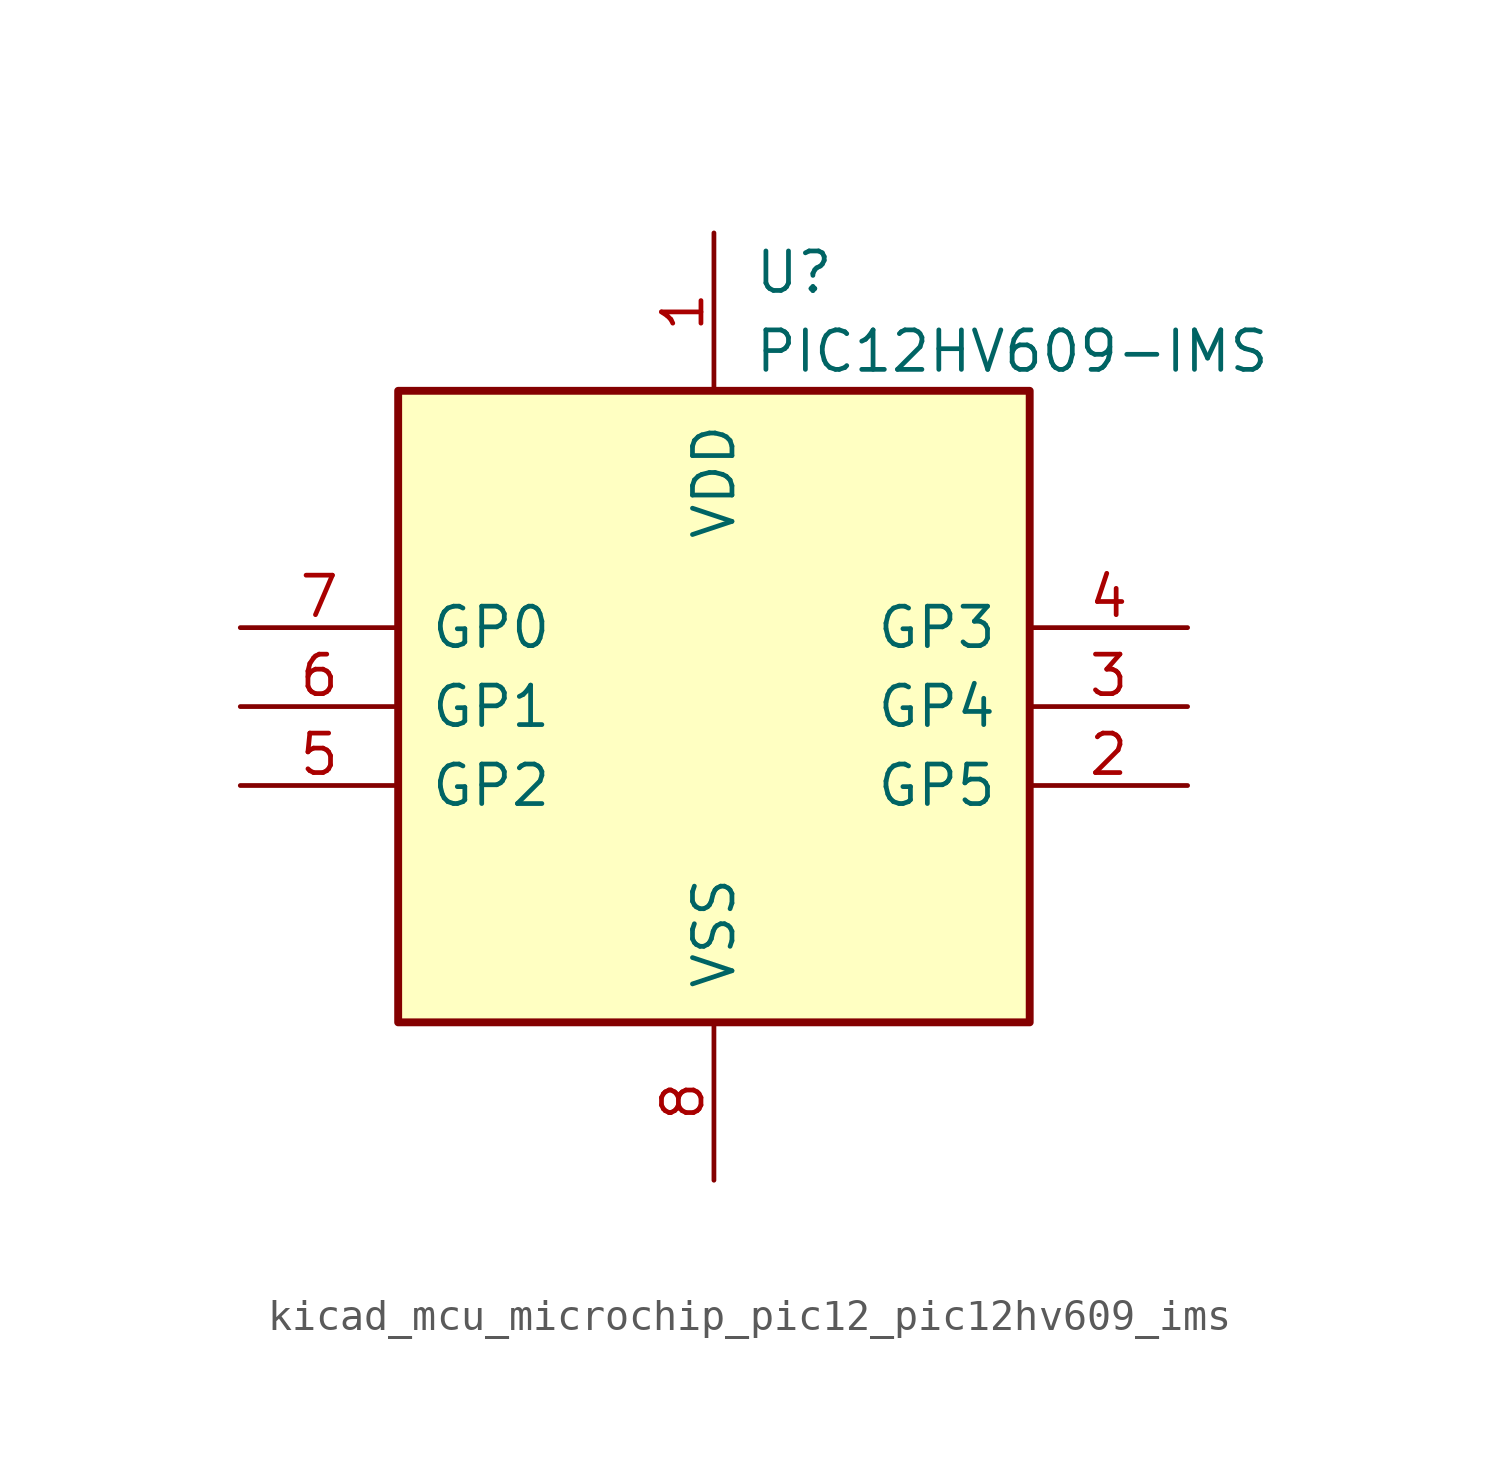
<source format=kicad_sym>
(kicad_symbol_lib
  (version 20220914)
  (generator kicad_symbol_editor)
  (symbol "kicad_mcu_microchip_pic12_pic12hv609_ims"
    (pin_names
      (offset 1.016))
    (property "Reference" "U"
      (at 1.27 13.97 0)
      (effects (font (size 1.27 1.27)) (justify left)))
    (property "Value" "PIC12HV609-IMS"
      (at 1.27 11.43 0)
      (effects (font (size 1.27 1.27)) (justify left)))
    (symbol "kicad_mcu_microchip_pic12_pic12hv609_ims_0_1"
      (rectangle (start 10.16 -10.16) (end -10.16 10.16) (stroke (width 0.254) (type default)) (fill (type background))))
    (symbol "kicad_mcu_microchip_pic12_pic12hv609_ims_1_1"
      (pin power_in line (at 0 15.24 270) (length 5.08) (name "VDD" (effects (font (size 1.27 1.27)))) (number "1" (effects (font (size 1.27 1.27)))))
      (pin bidirectional line (at 15.24 -2.54 180) (length 5.08) (name "GP5" (effects (font (size 1.27 1.27)))) (number "2" (effects (font (size 1.27 1.27)))))
      (pin bidirectional line (at 15.24 0 180) (length 5.08) (name "GP4" (effects (font (size 1.27 1.27)))) (number "3" (effects (font (size 1.27 1.27)))))
      (pin input line (at 15.24 2.54 180) (length 5.08) (name "GP3" (effects (font (size 1.27 1.27)))) (number "4" (effects (font (size 1.27 1.27)))))
      (pin bidirectional line (at -15.24 -2.54 0) (length 5.08) (name "GP2" (effects (font (size 1.27 1.27)))) (number "5" (effects (font (size 1.27 1.27)))))
      (pin bidirectional line (at -15.24 0 0) (length 5.08) (name "GP1" (effects (font (size 1.27 1.27)))) (number "6" (effects (font (size 1.27 1.27)))))
      (pin bidirectional line (at -15.24 2.54 0) (length 5.08) (name "GP0" (effects (font (size 1.27 1.27)))) (number "7" (effects (font (size 1.27 1.27)))))
      (pin power_in line (at 0 -15.24 90) (length 5.08) (name "VSS" (effects (font (size 1.27 1.27)))) (number "8" (effects (font (size 1.27 1.27))))))))
</source>
